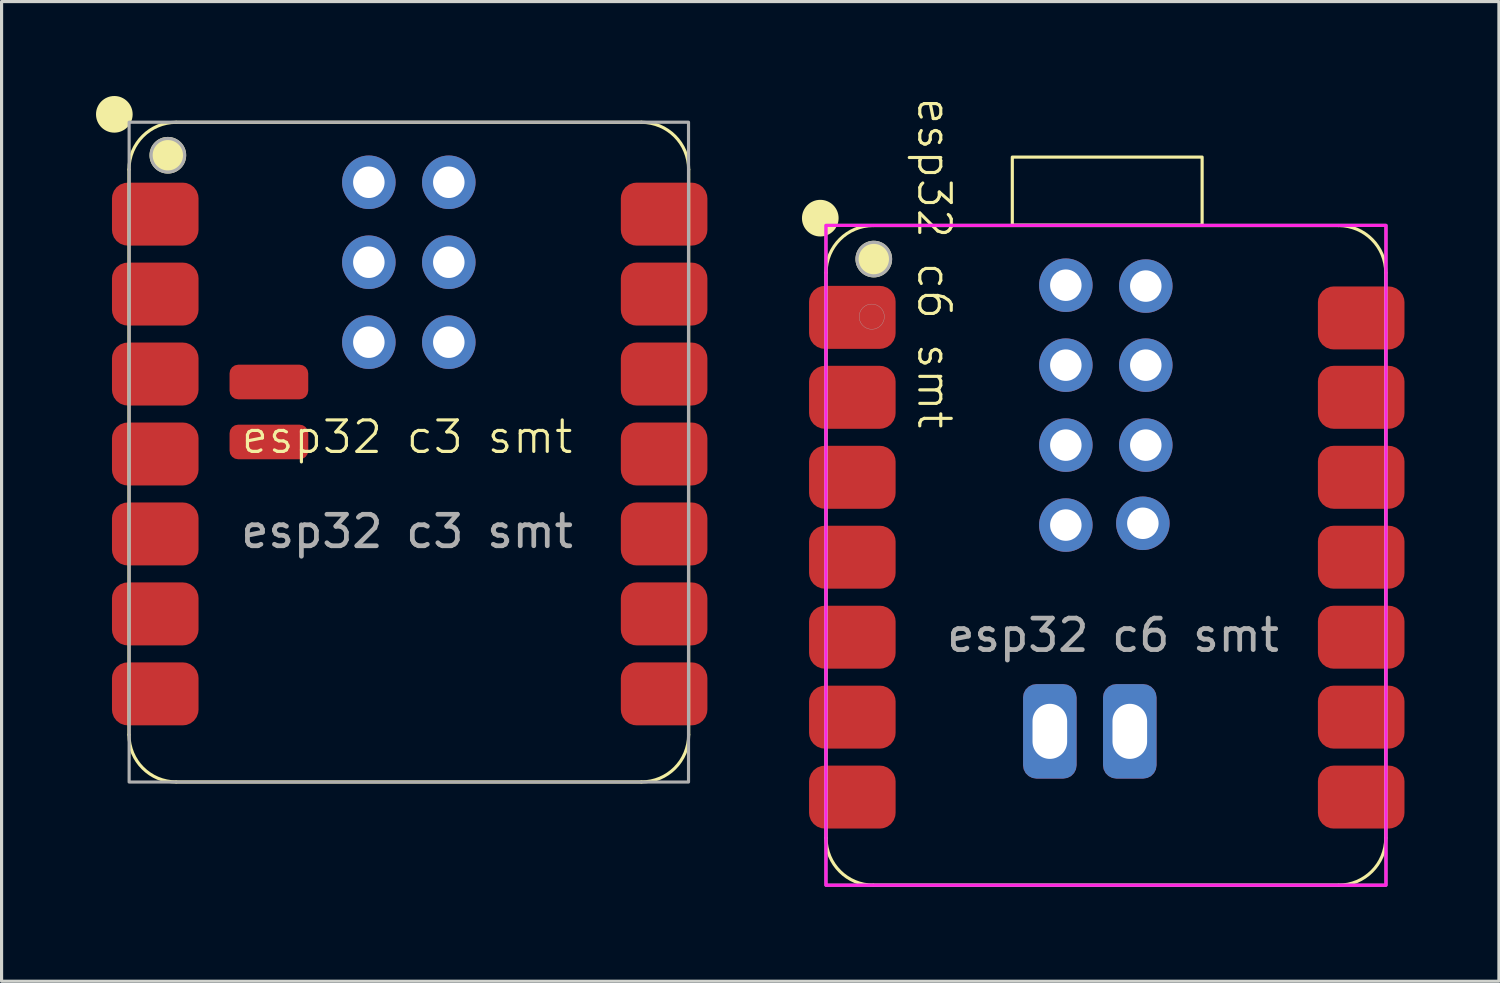
<source format=kicad_pcb>
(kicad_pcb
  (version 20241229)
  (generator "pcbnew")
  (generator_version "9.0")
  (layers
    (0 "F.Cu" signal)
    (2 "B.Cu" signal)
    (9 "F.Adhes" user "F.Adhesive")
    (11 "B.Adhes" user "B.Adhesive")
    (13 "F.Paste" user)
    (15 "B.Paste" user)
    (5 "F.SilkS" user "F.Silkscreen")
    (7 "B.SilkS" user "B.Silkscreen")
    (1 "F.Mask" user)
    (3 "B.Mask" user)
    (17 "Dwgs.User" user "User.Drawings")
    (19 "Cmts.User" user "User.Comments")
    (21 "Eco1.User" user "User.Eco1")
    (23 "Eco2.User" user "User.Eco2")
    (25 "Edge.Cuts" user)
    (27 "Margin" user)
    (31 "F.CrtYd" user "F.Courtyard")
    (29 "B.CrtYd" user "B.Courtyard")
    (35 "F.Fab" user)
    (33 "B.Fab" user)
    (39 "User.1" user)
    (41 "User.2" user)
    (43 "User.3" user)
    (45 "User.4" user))
  (footprint "esp32 c3 smt"
    (layer "F.Cu")
    (at 9.882 11.332)
    (property "Reference" "esp32 c3 smt" (at 0 -0.5 0) (unlocked yes) (layer "F.SilkS") (effects (font (size 1 1) (thickness 0.1))))
    (attr smd)
    (fp_rect (start -9.375 -8.58) (end -6.625 -6.58) (stroke (width 0.01) (type solid)) (fill yes) (layer "F.Mask"))
    (fp_rect (start -9.375 -6.04) (end -6.625 -4.04) (stroke (width 0.01) (type solid)) (fill yes) (layer "F.Mask"))
    (fp_rect (start -9.375 -3.5) (end -6.625 -1.5) (stroke (width 0.01) (type solid)) (fill yes) (layer "F.Mask"))
    (fp_rect (start -9.375 -0.96) (end -6.625 1.04) (stroke (width 0.01) (type solid)) (fill yes) (layer "F.Mask"))
    (fp_rect (start -9.375 1.58) (end -6.625 3.58) (stroke (width 0.01) (type solid)) (fill yes) (layer "F.Mask"))
    (fp_rect (start -9.375 4.12) (end -6.625 6.12) (stroke (width 0.01) (type solid)) (fill yes) (layer "F.Mask"))
    (fp_rect (start -9.375 6.66) (end -6.625 8.66) (stroke (width 0.01) (type solid)) (fill yes) (layer "F.Mask"))
    (fp_rect (start -8.83 -10.5) (end 8.94 10.46) (stroke (width 0.1) (type default)) (fill no) (layer "F.Mask"))
    (fp_rect (start -5.64 -2.797) (end -3.14 -1.697) (stroke (width 0.01) (type solid)) (fill yes) (layer "F.Mask"))
    (fp_rect (start -5.64 -0.892) (end -3.14 0.208) (stroke (width 0.01) (type solid)) (fill yes) (layer "F.Mask"))
    (fp_rect (start 6.79 -8.58) (end 9.54 -6.58) (stroke (width 0.01) (type solid)) (fill yes) (layer "F.Mask"))
    (fp_rect (start 6.79 -6.04) (end 9.54 -4.04) (stroke (width 0.01) (type solid)) (fill yes) (layer "F.Mask"))
    (fp_rect (start 6.79 -3.5) (end 9.54 -1.5) (stroke (width 0.01) (type solid)) (fill yes) (layer "F.Mask"))
    (fp_rect (start 6.79 -0.96) (end 9.54 1.04) (stroke (width 0.01) (type solid)) (fill yes) (layer "F.Mask"))
    (fp_rect (start 6.79 1.58) (end 9.54 3.58) (stroke (width 0.01) (type solid)) (fill yes) (layer "F.Mask"))
    (fp_rect (start 6.79 4.12) (end 9.54 6.12) (stroke (width 0.01) (type solid)) (fill yes) (layer "F.Mask"))
    (fp_rect (start 6.79 6.66) (end 9.54 8.66) (stroke (width 0.01) (type solid)) (fill yes) (layer "F.Mask"))
    (fp_line (start -8.835 8.958) (end -8.835 -8.997) (stroke (width 0.1) (type default)) (layer "F.SilkS"))
    (fp_line (start -7.335 -10.497) (end 7.445 -10.497) (stroke (width 0.1) (type default)) (layer "F.SilkS"))
    (fp_line (start 7.445 10.458) (end -7.335 10.458) (stroke (width 0.1) (type default)) (layer "F.SilkS"))
    (fp_line (start 8.945 -8.997) (end 8.945 8.958) (stroke (width 0.1) (type default)) (layer "F.SilkS"))
    (fp_arc (start -8.835 -8.997) (mid -8.39566 -10.05766) (end -7.335 -10.497) (stroke (width 0.1) (type default)) (layer "F.SilkS"))
    (fp_arc (start -7.335 10.458) (mid -8.39566 10.01866) (end -8.835 8.958) (stroke (width 0.1) (type default)) (layer "F.SilkS"))
    (fp_arc (start 7.445 -10.497) (mid 8.50566 -10.05766) (end 8.945 -8.997) (stroke (width 0.1) (type default)) (layer "F.SilkS"))
    (fp_arc (start 8.945 8.958) (mid 8.50566 10.01866) (end 7.445 10.458) (stroke (width 0.1) (type default)) (layer "F.SilkS"))
    (fp_circle (center -9.3 -10.75) (end -8.768 -10.75) (stroke (width 0.1) (type solid)) (fill yes) (layer "F.SilkS"))
    (fp_circle (center -7.6 -9.45) (end -7.068 -9.45) (stroke (width 0.1) (type solid)) (fill yes) (layer "F.SilkS"))
    (fp_rect (start -9.375 -8.58) (end -6.625 -6.58) (stroke (width 0.01) (type solid)) (fill yes) (layer "F.Paste"))
    (fp_rect (start -9.375 -6.04) (end -6.625 -4.04) (stroke (width 0.01) (type solid)) (fill yes) (layer "F.Paste"))
    (fp_rect (start -9.375 -3.5) (end -6.625 -1.5) (stroke (width 0.01) (type solid)) (fill yes) (layer "F.Paste"))
    (fp_rect (start -9.375 -0.96) (end -6.625 1.04) (stroke (width 0.01) (type solid)) (fill yes) (layer "F.Paste"))
    (fp_rect (start -9.375 1.58) (end -6.625 3.58) (stroke (width 0.01) (type solid)) (fill yes) (layer "F.Paste"))
    (fp_rect (start -9.375 4.12) (end -6.625 6.12) (stroke (width 0.01) (type solid)) (fill yes) (layer "F.Paste"))
    (fp_rect (start -9.375 6.66) (end -6.625 8.66) (stroke (width 0.01) (type solid)) (fill yes) (layer "F.Paste"))
    (fp_rect (start 6.79 -8.58) (end 9.54 -6.58) (stroke (width 0.01) (type solid)) (fill yes) (layer "F.Paste"))
    (fp_rect (start 6.79 -6.04) (end 9.54 -4.04) (stroke (width 0.01) (type solid)) (fill yes) (layer "F.Paste"))
    (fp_rect (start 6.79 -3.5) (end 9.54 -1.5) (stroke (width 0.01) (type solid)) (fill yes) (layer "F.Paste"))
    (fp_rect (start 6.79 -0.96) (end 9.54 1.04) (stroke (width 0.01) (type solid)) (fill yes) (layer "F.Paste"))
    (fp_rect (start 6.79 1.58) (end 9.54 3.58) (stroke (width 0.01) (type solid)) (fill yes) (layer "F.Paste"))
    (fp_rect (start 6.79 4.12) (end 9.54 6.12) (stroke (width 0.01) (type solid)) (fill yes) (layer "F.Paste"))
    (fp_rect (start 6.79 6.66) (end 9.54 8.66) (stroke (width 0.01) (type solid)) (fill yes) (layer "F.Paste"))
    (fp_rect (start -8.83 -10.5) (end 8.94 10.46) (stroke (width 0.1) (type default)) (fill no) (layer "F.Fab"))
    (fp_circle (center -7.6 -9.45) (end -7.068 -9.45) (stroke (width 0.1) (type solid)) (fill no) (layer "F.Fab"))
    (fp_text user "${REFERENCE}" (at 0 2.5 0) (unlocked yes) (layer "F.Fab") (effects (font (size 1 1) (thickness 0.15))))
    (pad "1" smd roundrect (at -8 -7.58) (size 2.75 2) (layers "F.Cu" "F.Mask" "F.Paste") (roundrect_rratio 0.25))
    (pad "2" smd roundrect (at -8 -5.04) (size 2.75 2) (layers "F.Cu" "F.Mask" "F.Paste") (roundrect_rratio 0.25))
    (pad "3" smd roundrect (at -8 -2.5) (size 2.75 2) (layers "F.Cu" "F.Mask" "F.Paste") (roundrect_rratio 0.25))
    (pad "4" smd roundrect (at -8 0.04) (size 2.75 2) (layers "F.Cu" "F.Mask" "F.Paste") (roundrect_rratio 0.25))
    (pad "5" smd roundrect (at -8 2.58) (size 2.75 2) (layers "F.Cu" "F.Mask" "F.Paste") (roundrect_rratio 0.25))
    (pad "6" smd roundrect (at -8 5.12) (size 2.75 2) (layers "F.Cu" "F.Mask" "F.Paste") (roundrect_rratio 0.25))
    (pad "7" smd roundrect (at -8 7.66) (size 2.75 2) (layers "F.Cu" "F.Mask" "F.Paste") (roundrect_rratio 0.25))
    (pad "8" smd roundrect (at 8.165 7.66) (size 2.75 2) (layers "F.Cu" "F.Mask" "F.Paste") (roundrect_rratio 0.25))
    (pad "9" smd roundrect (at 8.165 5.12) (size 2.75 2) (layers "F.Cu" "F.Mask" "F.Paste") (roundrect_rratio 0.25))
    (pad "10" smd roundrect (at 8.165 2.58) (size 2.75 2) (layers "F.Cu" "F.Mask" "F.Paste") (roundrect_rratio 0.25))
    (pad "11" smd roundrect (at 8.165 0.04) (size 2.75 2) (layers "F.Cu" "F.Mask" "F.Paste") (roundrect_rratio 0.25))
    (pad "12" smd roundrect (at 8.165 -2.5) (size 2.75 2) (layers "F.Cu" "F.Mask" "F.Paste") (roundrect_rratio 0.25))
    (pad "13" smd roundrect (at 8.165 -5.04) (size 2.75 2) (layers "F.Cu" "F.Mask" "F.Paste") (roundrect_rratio 0.25))
    (pad "14" smd roundrect (at 8.165 -7.58) (size 2.75 2) (layers "F.Cu" "F.Mask" "F.Paste") (roundrect_rratio 0.25))
    (pad "15" smd roundrect (at -4.39 -0.342) (size 2.5 1.1) (layers "F.Cu" "F.Mask" "F.Paste") (roundrect_rratio 0.25))
    (pad "16" smd roundrect (at -4.39 -2.247) (size 2.5 1.1) (layers "F.Cu" "F.Mask" "F.Paste") (roundrect_rratio 0.25))
    (pad "17" thru_hole circle (at -1.215 -8.592) (size 1.7 1.7) (drill oval 1) (layers "*.Cu" "*.Mask"))
    (pad "18" thru_hole circle (at 1.325 -8.592) (size 1.7 1.7) (drill oval 1) (layers "*.Cu" "*.Mask"))
    (pad "19" thru_hole circle (at -1.215 -6.052) (size 1.7 1.7) (drill 1) (layers "*.Cu" "*.Mask"))
    (pad "20" thru_hole circle (at 1.325 -6.052) (size 1.7 1.7) (drill 1) (layers "*.Cu" "*.Mask"))
    (pad "21" thru_hole circle (at -1.215 -3.512) (size 1.7 1.7) (drill 1) (layers "*.Cu" "*.Mask"))
    (pad "22" thru_hole circle (at 1.325 -3.512) (size 1.7 1.7) (drill 1) (layers "*.Cu" "*.Mask")))
  (footprint "esp32 c6 smt"
    (layer "F.Cu")
    (at 32.308 14.63)
    (property "Reference" "esp32 c6 smt" (at -5.682 -9.319 270) (unlocked yes) (layer "F.SilkS") (effects (font (size 1 1) (thickness 0.1))))
    (attr smd)
    (fp_line (start -9.117 8.94) (end -9.117 -9.015) (stroke (width 0.1) (type default)) (layer "F.SilkS"))
    (fp_line (start -7.617 -10.515) (end 7.163 -10.515) (stroke (width 0.1) (type default)) (layer "F.SilkS"))
    (fp_line (start 7.163 10.44) (end -7.617 10.44) (stroke (width 0.1) (type default)) (layer "F.SilkS"))
    (fp_line (start 8.663 -9.015) (end 8.663 8.94) (stroke (width 0.1) (type default)) (layer "F.SilkS"))
    (fp_rect (start -3.2 -12.69) (end 2.83 -10.53) (stroke (width 0.1) (type default)) (fill no) (layer "F.SilkS"))
    (fp_arc (start -9.1166 -9.0155) (mid -8.67726 -10.07616) (end -7.6166 -10.5155) (stroke (width 0.1) (type default)) (layer "F.SilkS"))
    (fp_arc (start -7.6166 10.4395) (mid -8.67726 10.00016) (end -9.1166 8.9395) (stroke (width 0.1) (type default)) (layer "F.SilkS"))
    (fp_arc (start 7.1634 -10.5155) (mid 8.22406 -10.07616) (end 8.6634 -9.0155) (stroke (width 0.1) (type default)) (layer "F.SilkS"))
    (fp_arc (start 8.6634 8.9395) (mid 8.22406 10.00016) (end 7.1634 10.4395) (stroke (width 0.1) (type default)) (layer "F.SilkS"))
    (fp_circle (center -9.3 -10.75) (end -8.768 -10.75) (stroke (width 0.1) (type solid)) (fill yes) (layer "F.SilkS"))
    (fp_circle (center -7.6 -9.45) (end -7.068 -9.45) (stroke (width 0.1) (type solid)) (fill yes) (layer "F.SilkS"))
    (fp_rect (start -9.12 -10.52) (end 8.67 10.44) (stroke (width 0.1) (type default)) (fill no) (layer "F.CrtYd"))
    (fp_rect (start -9.12 -10.52) (end 8.67 10.44) (stroke (width 0.1) (type default)) (fill no) (layer "F.Fab"))
    (fp_circle (center -7.665 -7.62) (end -7.265 -7.62) (stroke (width 0.01) (type default)) (fill no) (layer "F.Fab"))
    (fp_circle (center -7.6 -9.45) (end -7.068 -9.45) (stroke (width 0.1) (type solid)) (fill no) (layer "F.Fab"))
    (fp_text user "${REFERENCE}" (at 0 2.5 0) (unlocked yes) (layer "F.Fab") (effects (font (size 1 1) (thickness 0.15))))
    (pad "1" smd roundrect (at -8.282 -7.598) (size 2.75 2) (layers "F.Cu" "F.Mask" "F.Paste") (roundrect_rratio 0.25))
    (pad "2" smd roundrect (at -8.282 -5.059) (size 2.75 2) (layers "F.Cu" "F.Mask" "F.Paste") (roundrect_rratio 0.25))
    (pad "3" smd roundrect (at -8.282 -2.518) (size 2.75 2) (layers "F.Cu" "F.Mask" "F.Paste") (roundrect_rratio 0.25))
    (pad "4" smd roundrect (at -8.282 0.021) (size 2.75 2) (layers "F.Cu" "F.Mask" "F.Paste") (roundrect_rratio 0.25))
    (pad "5" smd roundrect (at -8.282 2.562) (size 2.75 2) (layers "F.Cu" "F.Mask" "F.Paste") (roundrect_rratio 0.25))
    (pad "6" smd roundrect (at -8.282 5.101) (size 2.75 2) (layers "F.Cu" "F.Mask" "F.Paste") (roundrect_rratio 0.25))
    (pad "7" smd roundrect (at -8.282 7.641) (size 2.75 2) (layers "F.Cu" "F.Mask" "F.Paste") (roundrect_rratio 0.25))
    (pad "8" smd roundrect (at 7.883 7.641) (size 2.75 2) (layers "F.Cu" "F.Mask" "F.Paste") (roundrect_rratio 0.25))
    (pad "9" smd roundrect (at 7.883 5.101) (size 2.75 2) (layers "F.Cu" "F.Mask" "F.Paste") (roundrect_rratio 0.25))
    (pad "10" smd roundrect (at 7.883 2.562) (size 2.75 2) (layers "F.Cu" "F.Mask" "F.Paste") (roundrect_rratio 0.25))
    (pad "11" smd roundrect (at 7.883 0.021) (size 2.75 2) (layers "F.Cu" "F.Mask" "F.Paste") (roundrect_rratio 0.25))
    (pad "12" smd roundrect (at 7.883 -2.518) (size 2.75 2) (layers "F.Cu" "F.Mask" "F.Paste") (roundrect_rratio 0.25))
    (pad "13" smd roundrect (at 7.883 -5.059) (size 2.75 2) (layers "F.Cu" "F.Mask" "F.Paste") (roundrect_rratio 0.25))
    (pad "14" smd roundrect (at 7.883 -7.58) (size 2.75 2) (layers "F.Cu" "F.Mask" "F.Paste") (roundrect_rratio 0.25))
    (pad "15" thru_hole roundrect (at -2.008 5.553 270) (size 3 1.7) (drill oval 1.75 1.1) (layers "*.Cu" "*.Mask") (roundrect_rratio 0.25))
    (pad "16" thru_hole roundrect (at 0.532 5.553 270) (size 3 1.7) (drill oval 1.75 1.1) (layers "*.Cu" "*.Mask") (roundrect_rratio 0.25))
    (pad "17" thru_hole circle (at -1.5 -8.62) (size 1.7 1.7) (drill oval 1) (layers "*.Cu" "*.Mask"))
    (pad "18" thru_hole circle (at 1.04 -8.592) (size 1.7 1.7) (drill oval 1) (layers "*.Cu" "*.Mask"))
    (pad "19" thru_hole circle (at -1.5 -6.08) (size 1.7 1.7) (drill 1) (layers "*.Cu" "*.Mask"))
    (pad "20" thru_hole circle (at 1.04 -6.08) (size 1.7 1.7) (drill 1) (layers "*.Cu" "*.Mask"))
    (pad "21" thru_hole circle (at -1.5 -3.54) (size 1.7 1.7) (drill 1) (layers "*.Cu" "*.Mask"))
    (pad "22" thru_hole circle (at 1.04 -3.54) (size 1.7 1.7) (drill 1) (layers "*.Cu" "*.Mask"))
    (pad "23" thru_hole circle (at -1.5 -1) (size 1.7 1.7) (drill 1) (layers "*.Cu" "*.Mask"))
    (pad "24" thru_hole circle (at 0.947 -1.057) (size 1.7 1.7) (drill 1) (layers "*.Cu" "*.Mask")))
  (gr_rect
    (start -3 -3)
    (end 44.566 28.12)
    (stroke (width 0.1) (type default))
    (fill no)
    (layer "Edge.Cuts")))
</source>
